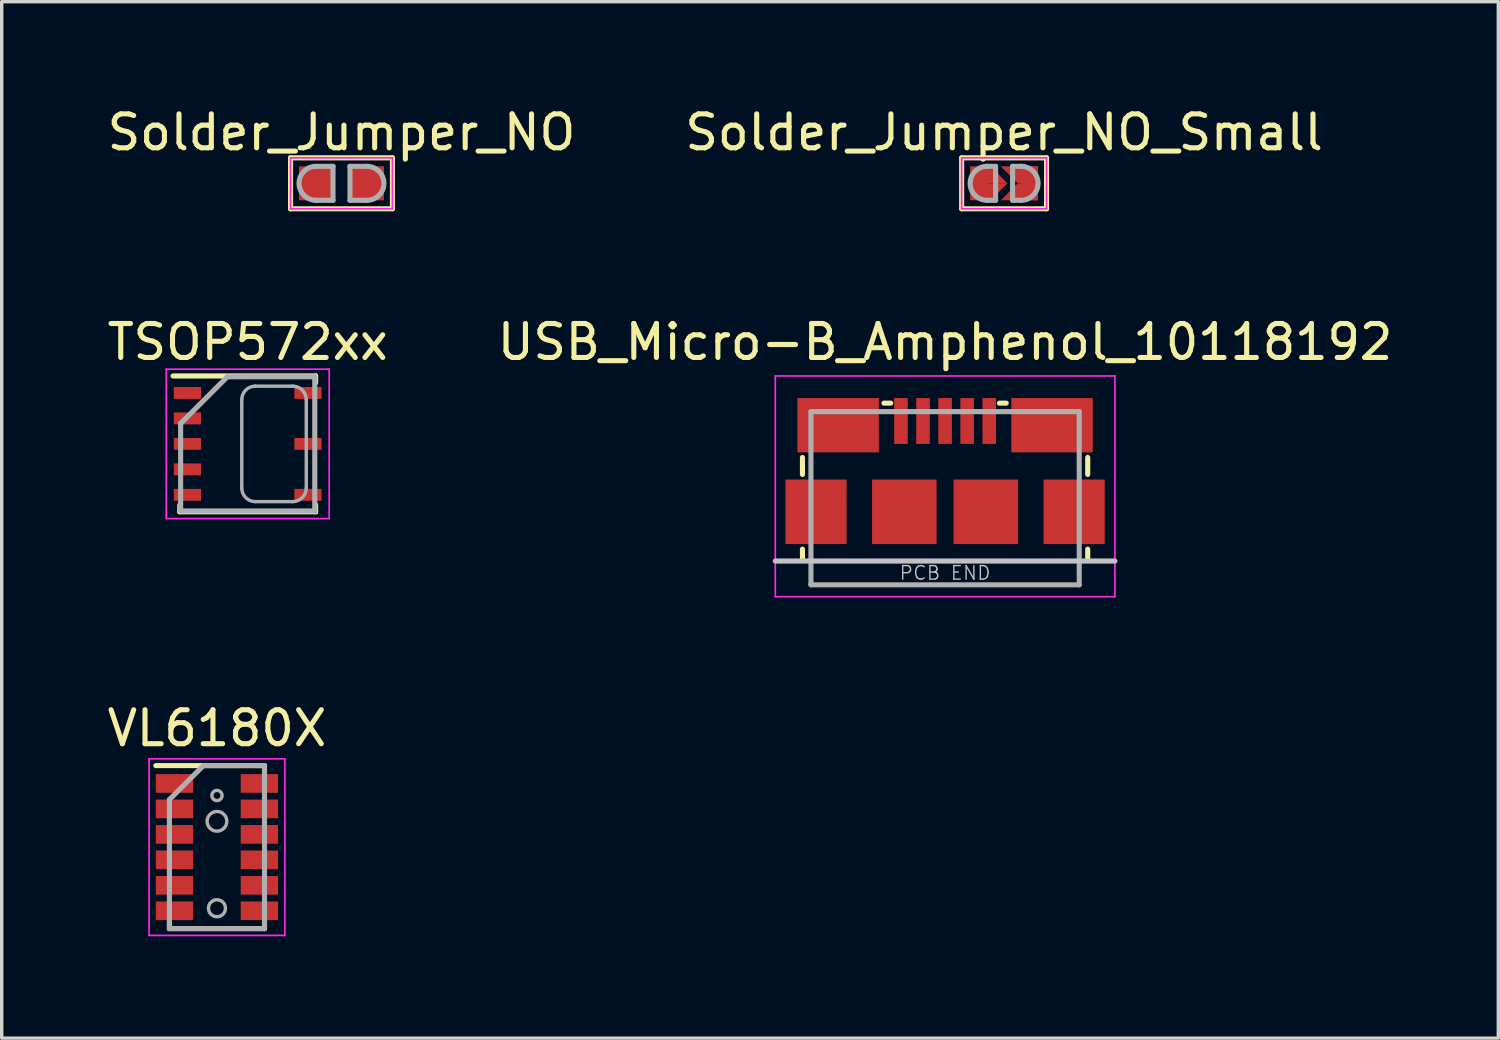
<source format=kicad_pcb>
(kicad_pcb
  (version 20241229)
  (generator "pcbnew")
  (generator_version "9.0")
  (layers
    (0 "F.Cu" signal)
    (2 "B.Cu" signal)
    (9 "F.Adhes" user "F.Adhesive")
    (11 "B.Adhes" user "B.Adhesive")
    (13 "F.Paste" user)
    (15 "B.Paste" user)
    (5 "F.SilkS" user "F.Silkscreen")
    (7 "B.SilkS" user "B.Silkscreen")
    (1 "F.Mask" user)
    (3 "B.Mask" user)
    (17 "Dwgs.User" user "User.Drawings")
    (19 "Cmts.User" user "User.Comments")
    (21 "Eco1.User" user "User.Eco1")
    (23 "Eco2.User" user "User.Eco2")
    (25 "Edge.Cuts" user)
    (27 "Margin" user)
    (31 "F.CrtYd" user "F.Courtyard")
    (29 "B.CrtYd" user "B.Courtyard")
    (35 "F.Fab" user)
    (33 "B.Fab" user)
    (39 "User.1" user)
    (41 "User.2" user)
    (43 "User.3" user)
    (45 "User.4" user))
  (footprint "Solder_Jumper_NO"
    (layer "F.Cu")
    (at 7.006 2.348)
    (property "Reference" "Solder_Jumper_NO" (at 0 -1.5 0) (layer "F.SilkS") (effects (font (size 1 1) (thickness 0.15))))
    (attr through_hole)
    (fp_line (start -1.5 -0.75) (end 1.5 -0.75) (stroke (width 0.15) (type solid)) (layer "F.SilkS"))
    (fp_line (start -1.5 0.75) (end -1.5 -0.75) (stroke (width 0.15) (type solid)) (layer "F.SilkS"))
    (fp_line (start 1.5 -0.75) (end 1.5 0.75) (stroke (width 0.15) (type solid)) (layer "F.SilkS"))
    (fp_line (start 1.5 0.75) (end -1.5 0.75) (stroke (width 0.15) (type solid)) (layer "F.SilkS"))
    (fp_line (start -1.5 -0.75) (end 1.5 -0.75) (stroke (width 0.05) (type solid)) (layer "F.CrtYd"))
    (fp_line (start -1.5 0.75) (end -1.5 -0.75) (stroke (width 0.05) (type solid)) (layer "F.CrtYd"))
    (fp_line (start 1.5 -0.75) (end 1.5 0.75) (stroke (width 0.05) (type solid)) (layer "F.CrtYd"))
    (fp_line (start 1.5 0.75) (end -1.5 0.75) (stroke (width 0.05) (type solid)) (layer "F.CrtYd"))
    (fp_line (start -0.75 -0.5) (end -0.25 -0.5) (stroke (width 0.15) (type solid)) (layer "F.Fab"))
    (fp_line (start -0.25 -0.5) (end -0.25 0.5) (stroke (width 0.15) (type solid)) (layer "F.Fab"))
    (fp_line (start -0.25 0.5) (end -0.75 0.5) (stroke (width 0.15) (type solid)) (layer "F.Fab"))
    (fp_line (start 0.25 -0.5) (end 0.75 -0.5) (stroke (width 0.15) (type solid)) (layer "F.Fab"))
    (fp_line (start 0.25 0.5) (end 0.25 -0.5) (stroke (width 0.15) (type solid)) (layer "F.Fab"))
    (fp_line (start 0.75 0.5) (end 0.25 0.5) (stroke (width 0.15) (type solid)) (layer "F.Fab"))
    (fp_arc (start -0.75 0.5) (mid -1.25 0) (end -0.75 -0.5) (stroke (width 0.15) (type solid)) (layer "F.Fab"))
    (fp_arc (start 0.75 -0.5) (mid 1.25 0) (end 0.75 0.5) (stroke (width 0.15) (type solid)) (layer "F.Fab"))
    (pad "" smd rect (at 0 0) (size 2.5 1) (layers "F.Mask"))
    (pad "1" smd rect (at -0.75 0) (size 1 1) (layers "F.Cu" "F.Mask" "F.Paste"))
    (pad "2" smd rect (at 0.75 0) (size 1 1) (layers "F.Cu" "F.Mask" "F.Paste")))
  (footprint "Solder_Jumper_NO_Small"
    (layer "F.Cu")
    (at 26.518 2.348)
    (property "Reference" "Solder_Jumper_NO_Small" (at 0 -1.5 0) (layer "F.SilkS") (effects (font (size 1 1) (thickness 0.15))))
    (attr through_hole)
    (fp_line (start -1.25 -0.75) (end 1.25 -0.75) (stroke (width 0.15) (type solid)) (layer "F.SilkS"))
    (fp_line (start -1.25 0.75) (end -1.25 -0.75) (stroke (width 0.15) (type solid)) (layer "F.SilkS"))
    (fp_line (start 1.25 -0.75) (end 1.25 0.75) (stroke (width 0.15) (type solid)) (layer "F.SilkS"))
    (fp_line (start 1.25 0.75) (end -1.25 0.75) (stroke (width 0.15) (type solid)) (layer "F.SilkS"))
    (fp_line (start -1.25 -0.75) (end 1.25 -0.75) (stroke (width 0.05) (type solid)) (layer "F.CrtYd"))
    (fp_line (start -1.25 0.75) (end -1.25 -0.75) (stroke (width 0.05) (type solid)) (layer "F.CrtYd"))
    (fp_line (start 1.25 -0.75) (end 1.25 0.75) (stroke (width 0.05) (type solid)) (layer "F.CrtYd"))
    (fp_line (start 1.25 0.75) (end -1.25 0.75) (stroke (width 0.05) (type solid)) (layer "F.CrtYd"))
    (fp_line (start -0.5 -0.5) (end -0.25 -0.5) (stroke (width 0.15) (type solid)) (layer "F.Fab"))
    (fp_line (start -0.25 -0.5) (end -0.25 0.5) (stroke (width 0.15) (type solid)) (layer "F.Fab"))
    (fp_line (start -0.25 0.5) (end -0.5 0.5) (stroke (width 0.15) (type solid)) (layer "F.Fab"))
    (fp_line (start 0.25 -0.5) (end 0.5 -0.5) (stroke (width 0.15) (type solid)) (layer "F.Fab"))
    (fp_line (start 0.25 0.5) (end 0.25 -0.5) (stroke (width 0.15) (type solid)) (layer "F.Fab"))
    (fp_line (start 0.5 0.5) (end 0.25 0.5) (stroke (width 0.15) (type solid)) (layer "F.Fab"))
    (fp_arc (start -0.5 0.5) (mid -1 0) (end -0.5 -0.5) (stroke (width 0.15) (type solid)) (layer "F.Fab"))
    (fp_arc (start 0.5 -0.5) (mid 1 0) (end 0.5 0.5) (stroke (width 0.15) (type solid)) (layer "F.Fab"))
    (pad "" smd rect (at 0 0) (size 2 1) (layers "F.Mask"))
    (pad "1" smd rect (at -0.75 0) (size 0.5 1) (layers "F.Cu" "F.Paste"))
    (pad "1" smd trapezoid (at -0.45 -0.25) (size 0.6 0.5) (rect_delta 0 0.5) (layers "F.Cu" "F.Paste"))
    (pad "1" smd trapezoid (at -0.45 0.25 180) (size 0.6 0.5) (rect_delta 0 0.5) (layers "F.Cu" "F.Paste"))
    (pad "2" smd trapezoid (at 0.45 -0.25 180) (size 0.6 0.5) (rect_delta 0 0.5) (layers "F.Cu" "F.Paste"))
    (pad "2" smd trapezoid (at 0.45 0.25) (size 0.6 0.5) (rect_delta 0 0.5) (layers "F.Cu" "F.Paste"))
    (pad "2" smd rect (at 0.75 0) (size 0.5 1) (layers "F.Cu" "F.Paste")))
  (footprint "TSOP572xx"
    (layer "F.Cu")
    (at 4.244 10.021)
    (property "Reference" "TSOP572xx" (at 0 -3 0) (layer "F.SilkS") (effects (font (size 1 1) (thickness 0.15))))
    (attr through_hole)
    (fp_line (start -2.2 -2) (end 2 -2) (stroke (width 0.15) (type solid)) (layer "F.SilkS"))
    (fp_line (start -2 2) (end -2 1.8) (stroke (width 0.15) (type solid)) (layer "F.SilkS"))
    (fp_line (start 2 -2) (end 2 -1.8) (stroke (width 0.15) (type solid)) (layer "F.SilkS"))
    (fp_line (start 2 1.8) (end 2 2) (stroke (width 0.15) (type solid)) (layer "F.SilkS"))
    (fp_line (start 2 2) (end -2 2) (stroke (width 0.15) (type solid)) (layer "F.SilkS"))
    (fp_line (start -2.4 -2.2) (end 2.4 -2.2) (stroke (width 0.05) (type solid)) (layer "F.CrtYd"))
    (fp_line (start -2.4 2.2) (end -2.4 -2.2) (stroke (width 0.05) (type solid)) (layer "F.CrtYd"))
    (fp_line (start 2.4 -2.2) (end 2.4 2.2) (stroke (width 0.05) (type solid)) (layer "F.CrtYd"))
    (fp_line (start 2.4 2.2) (end -2.4 2.2) (stroke (width 0.05) (type solid)) (layer "F.CrtYd"))
    (fp_line (start -1.975 -0.6) (end -0.6 -1.975) (stroke (width 0.15) (type solid)) (layer "F.Fab"))
    (fp_line (start -1.975 1.975) (end -1.975 -0.6) (stroke (width 0.15) (type solid)) (layer "F.Fab"))
    (fp_line (start -0.6 -1.975) (end 1.975 -1.975) (stroke (width 0.15) (type solid)) (layer "F.Fab"))
    (fp_line (start -0.175 1.3) (end -0.175 -1.3) (stroke (width 0.1) (type solid)) (layer "F.Fab"))
    (fp_line (start 0.225 -1.7) (end 1.325 -1.7) (stroke (width 0.1) (type solid)) (layer "F.Fab"))
    (fp_line (start 1.325 1.7) (end 0.225 1.7) (stroke (width 0.1) (type solid)) (layer "F.Fab"))
    (fp_line (start 1.725 -1.3) (end 1.725 1.3) (stroke (width 0.1) (type solid)) (layer "F.Fab"))
    (fp_line (start 1.975 -1.975) (end 1.975 1.975) (stroke (width 0.15) (type solid)) (layer "F.Fab"))
    (fp_line (start 1.975 1.975) (end -1.975 1.975) (stroke (width 0.15) (type solid)) (layer "F.Fab"))
    (fp_arc (start -0.175 -1.3) (mid -0.057843 -1.582843) (end 0.225 -1.7) (stroke (width 0.1) (type solid)) (layer "F.Fab"))
    (fp_arc (start 0.225 1.7) (mid -0.057843 1.582843) (end -0.175 1.3) (stroke (width 0.1) (type solid)) (layer "F.Fab"))
    (fp_arc (start 1.325 -1.7) (mid 1.607843 -1.582843) (end 1.725 -1.3) (stroke (width 0.1) (type solid)) (layer "F.Fab"))
    (fp_arc (start 1.725 1.3) (mid 1.607843 1.582843) (end 1.325 1.7) (stroke (width 0.1) (type solid)) (layer "F.Fab"))
    (pad "1" smd rect (at -1.775 -1.5) (size 0.8 0.35) (layers "F.Cu" "F.Mask" "F.Paste"))
    (pad "2" smd rect (at -1.775 -0.75) (size 0.8 0.35) (layers "F.Cu" "F.Mask"))
    (pad "3" smd rect (at -1.775 0) (size 0.8 0.35) (layers "F.Cu" "F.Mask"))
    (pad "4" smd rect (at -1.775 0.75) (size 0.8 0.35) (layers "F.Cu" "F.Mask"))
    (pad "5" smd rect (at -1.775 1.5) (size 0.8 0.35) (layers "F.Cu" "F.Mask" "F.Paste"))
    (pad "6" smd rect (at 1.775 1.5) (size 0.8 0.35) (layers "F.Cu" "F.Mask" "F.Paste"))
    (pad "7" smd rect (at 1.775 0) (size 0.8 0.35) (layers "F.Cu" "F.Mask"))
    (pad "8" smd rect (at 1.775 -1.5) (size 0.8 0.35) (layers "F.Cu" "F.Mask" "F.Paste")))
  (footprint "VL6180X"
    (layer "F.Cu")
    (at 3.339 21.895)
    (property "Reference" "VL6180X" (at 0 -3.5 0) (layer "F.SilkS") (effects (font (size 1 1) (thickness 0.15))))
    (attr through_hole)
    (fp_line (start -1.8 -2.4) (end 1.4 -2.4) (stroke (width 0.15) (type solid)) (layer "F.SilkS"))
    (fp_line (start -1.4 2.4) (end -1.4 2.2) (stroke (width 0.15) (type solid)) (layer "F.SilkS"))
    (fp_line (start 1.4 -2.4) (end 1.4 -2.2) (stroke (width 0.15) (type solid)) (layer "F.SilkS"))
    (fp_line (start 1.4 2.2) (end 1.4 2.4) (stroke (width 0.15) (type solid)) (layer "F.SilkS"))
    (fp_line (start 1.4 2.4) (end -1.4 2.4) (stroke (width 0.15) (type solid)) (layer "F.SilkS"))
    (fp_line (start -2 -2.6) (end 2 -2.6) (stroke (width 0.05) (type solid)) (layer "F.CrtYd"))
    (fp_line (start -2 2.6) (end -2 -2.6) (stroke (width 0.05) (type solid)) (layer "F.CrtYd"))
    (fp_line (start 2 -2.6) (end 2 2.6) (stroke (width 0.05) (type solid)) (layer "F.CrtYd"))
    (fp_line (start 2 2.6) (end -2 2.6) (stroke (width 0.05) (type solid)) (layer "F.CrtYd"))
    (fp_line (start -1.4 -1.4) (end -0.4 -2.4) (stroke (width 0.15) (type solid)) (layer "F.Fab"))
    (fp_line (start -1.4 2.4) (end -1.4 -1.4) (stroke (width 0.15) (type solid)) (layer "F.Fab"))
    (fp_line (start -0.4 -2.4) (end 1.4 -2.4) (stroke (width 0.15) (type solid)) (layer "F.Fab"))
    (fp_line (start 1.4 -2.4) (end 1.4 2.4) (stroke (width 0.15) (type solid)) (layer "F.Fab"))
    (fp_line (start 1.4 2.4) (end -1.4 2.4) (stroke (width 0.15) (type solid)) (layer "F.Fab"))
    (fp_circle (center 0 -1.52) (end -0.15 -1.52) (stroke (width 0.1) (type solid)) (fill no) (layer "F.Fab"))
    (fp_circle (center 0 -0.76) (end -0.29 -0.76) (stroke (width 0.1) (type solid)) (fill no) (layer "F.Fab"))
    (fp_circle (center 0 1.8) (end -0.25 1.8) (stroke (width 0.1) (type solid)) (fill no) (layer "F.Fab"))
    (pad "1" smd rect (at -1.25 -1.875) (size 1.1 0.55) (layers "F.Cu" "F.Mask" "F.Paste"))
    (pad "2" smd rect (at -1.25 -1.125) (size 1.1 0.55) (layers "F.Cu" "F.Mask" "F.Paste"))
    (pad "3" smd rect (at -1.25 -0.375) (size 1.1 0.55) (layers "F.Cu" "F.Mask" "F.Paste"))
    (pad "4" smd rect (at -1.25 0.375) (size 1.1 0.55) (layers "F.Cu" "F.Mask" "F.Paste"))
    (pad "5" smd rect (at -1.25 1.125) (size 1.1 0.55) (layers "F.Cu" "F.Mask" "F.Paste"))
    (pad "6" smd rect (at -1.25 1.875) (size 1.1 0.55) (layers "F.Cu" "F.Mask" "F.Paste"))
    (pad "7" smd rect (at 1.25 1.875) (size 1.1 0.55) (layers "F.Cu" "F.Mask" "F.Paste"))
    (pad "8" smd rect (at 1.25 1.125) (size 1.1 0.55) (layers "F.Cu" "F.Mask" "F.Paste"))
    (pad "9" smd rect (at 1.25 0.375) (size 1.1 0.55) (layers "F.Cu" "F.Mask" "F.Paste"))
    (pad "10" smd rect (at 1.25 -0.375) (size 1.1 0.55) (layers "F.Cu" "F.Mask" "F.Paste"))
    (pad "11" smd rect (at 1.25 -1.125) (size 1.1 0.55) (layers "F.Cu" "F.Mask" "F.Paste"))
    (pad "12" smd rect (at 1.25 -1.875) (size 1.1 0.55) (layers "F.Cu" "F.Mask" "F.Paste")))
  (footprint "USB_Micro-B_Amphenol_10118192"
    (layer "F.Cu")
    (at 24.78 12.021)
    (property "Reference" "USB_Micro-B_Amphenol_10118192" (at 0 -5 0) (layer "F.SilkS") (effects (font (size 1 1) (thickness 0.15))))
    (attr through_hole)
    (fp_line (start -4.2 -1.6) (end -4.2 -1.1) (stroke (width 0.15) (type solid)) (layer "F.SilkS"))
    (fp_line (start -4.2 1.1) (end -4.2 1.4) (stroke (width 0.15) (type solid)) (layer "F.SilkS"))
    (fp_line (start -1.6 -3.2) (end -1.8 -3.2) (stroke (width 0.15) (type solid)) (layer "F.SilkS"))
    (fp_line (start 1.6 -3.2) (end 1.8 -3.2) (stroke (width 0.15) (type solid)) (layer "F.SilkS"))
    (fp_line (start 4.2 -1.6) (end 4.2 -1.1) (stroke (width 0.15) (type solid)) (layer "F.SilkS"))
    (fp_line (start 4.2 1.1) (end 4.2 1.4) (stroke (width 0.15) (type solid)) (layer "F.SilkS"))
    (fp_line (start -5 1.45) (end 5 1.45) (stroke (width 0.15) (type solid)) (layer "Dwgs.User"))
    (fp_line (start -5 -4) (end 5 -4) (stroke (width 0.05) (type solid)) (layer "F.CrtYd"))
    (fp_line (start -5 2.5) (end -5 -4) (stroke (width 0.05) (type solid)) (layer "F.CrtYd"))
    (fp_line (start 5 -4) (end 5 2.5) (stroke (width 0.05) (type solid)) (layer "F.CrtYd"))
    (fp_line (start 5 2.5) (end -5 2.5) (stroke (width 0.05) (type solid)) (layer "F.CrtYd"))
    (fp_line (start -3.95 -2.95) (end 3.95 -2.95) (stroke (width 0.15) (type solid)) (layer "F.Fab"))
    (fp_line (start -3.95 2.15) (end -3.95 -2.95) (stroke (width 0.15) (type solid)) (layer "F.Fab"))
    (fp_line (start 3.95 -2.95) (end 3.95 2.15) (stroke (width 0.15) (type solid)) (layer "F.Fab"))
    (fp_line (start 3.95 2.15) (end -3.95 2.15) (stroke (width 0.15) (type solid)) (layer "F.Fab"))
    (fp_text user "PCB END" (at 0 1.8 0) (layer "Dwgs.User") (effects (font (size 0.4 0.4) (thickness 0.04))))
    (pad "1" smd rect (at -1.3 -2.675) (size 0.4 1.35) (layers "F.Cu" "F.Mask" "F.Paste"))
    (pad "2" smd rect (at -0.65 -2.675) (size 0.4 1.35) (layers "F.Cu" "F.Mask" "F.Paste"))
    (pad "3" smd rect (at 0 -2.675) (size 0.4 1.35) (layers "F.Cu" "F.Mask" "F.Paste"))
    (pad "4" smd rect (at 0.65 -2.675) (size 0.4 1.35) (layers "F.Cu" "F.Mask" "F.Paste"))
    (pad "5" smd rect (at 1.3 -2.675) (size 0.4 1.35) (layers "F.Cu" "F.Mask" "F.Paste"))
    (pad "6" smd rect (at -3.8 0) (size 1.8 1.9) (layers "F.Cu" "F.Mask" "F.Paste"))
    (pad "6" smd rect (at -3.15 -2.55) (size 2.4 1.6) (layers "F.Cu" "F.Mask" "F.Paste"))
    (pad "6" smd rect (at -1.2 0) (size 1.9 1.9) (layers "F.Cu" "F.Mask" "F.Paste"))
    (pad "6" smd rect (at 1.2 0) (size 1.9 1.9) (layers "F.Cu" "F.Mask" "F.Paste"))
    (pad "6" smd rect (at 3.15 -2.55) (size 2.4 1.6) (layers "F.Cu" "F.Mask" "F.Paste"))
    (pad "6" smd rect (at 3.8 0) (size 1.8 1.9) (layers "F.Cu" "F.Mask" "F.Paste")))
  (gr_rect
    (start -3 -3)
    (end 41.071 27.52)
    (stroke (width 0.1) (type default))
    (fill no)
    (layer "Edge.Cuts")))
</source>
